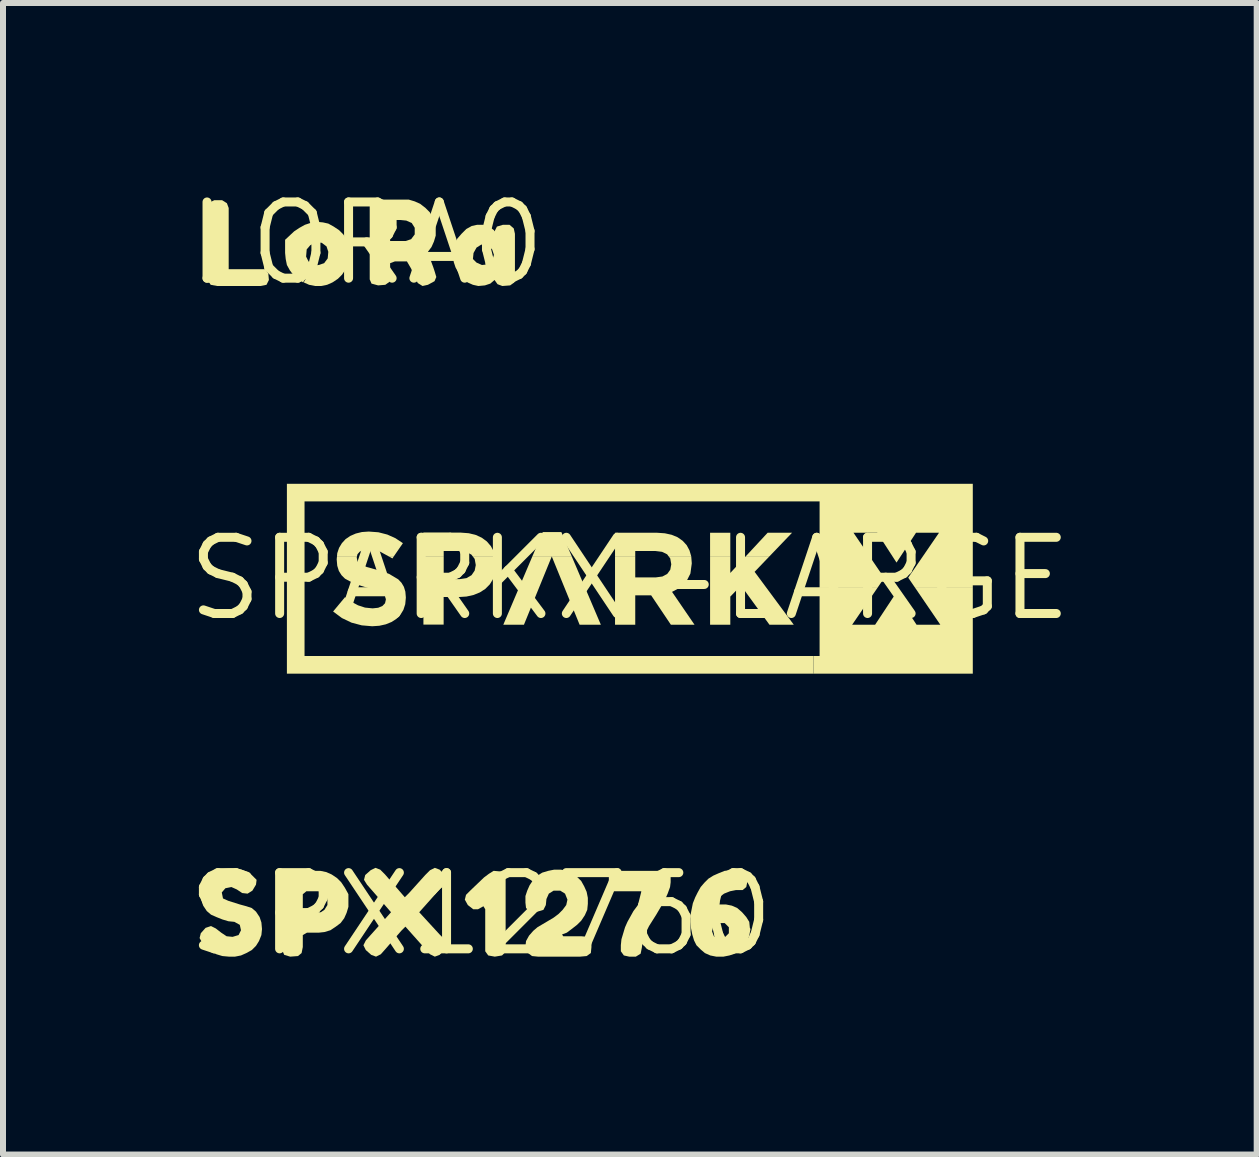
<source format=kicad_pcb>
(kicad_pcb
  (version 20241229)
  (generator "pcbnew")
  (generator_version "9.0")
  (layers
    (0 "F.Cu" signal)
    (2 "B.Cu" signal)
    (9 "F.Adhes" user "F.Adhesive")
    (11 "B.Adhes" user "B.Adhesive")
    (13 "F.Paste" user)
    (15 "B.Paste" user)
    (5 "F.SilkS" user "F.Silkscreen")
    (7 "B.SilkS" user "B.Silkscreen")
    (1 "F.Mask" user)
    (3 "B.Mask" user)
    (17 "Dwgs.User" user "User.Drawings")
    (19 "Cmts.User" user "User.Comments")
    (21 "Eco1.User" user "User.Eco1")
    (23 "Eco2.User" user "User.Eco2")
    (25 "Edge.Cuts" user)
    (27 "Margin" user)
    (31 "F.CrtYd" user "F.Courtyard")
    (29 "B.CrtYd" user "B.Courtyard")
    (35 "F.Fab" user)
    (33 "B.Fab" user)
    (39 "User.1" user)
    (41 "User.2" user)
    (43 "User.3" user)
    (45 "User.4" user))
  (footprint "LORA0"
    (layer "F.Cu")
    (at 3.061 1.006)
    (property "Reference" "LORA0" (at 0 0 0) (layer "F.SilkS") (effects (font (size 1.27 1.27) (thickness 0.15))))
    (attr through_hole)
    (fp_poly (pts (xy -2.3 0.43) (xy -2.3 -0.48) (xy -2.3 -0.59) (xy -2.33 -0.67) (xy -2.41 -0.72) (xy -2.54 -0.72) (xy -2.62 -0.68) (xy -2.65 -0.6) (xy -2.65 0.52) (xy -2.64 0.63) (xy -2.6 0.69) (xy -2.49 0.71) (xy -1.77 0.71) (xy -1.67 0.69) (xy -1.63 0.61) (xy -1.64 0.5) (xy -1.69 0.43) (xy -1.8 0.43)) (stroke (width 0) (type solid)) (fill yes) (layer "F.SilkS"))
    (fp_poly (pts (xy -1.36 -0.05) (xy -1.36 0.16) (xy -1.35 0.26) (xy -1.33 0.36) (xy -1.28 0.45) (xy -1.22 0.53) (xy -1.14 0.6) (xy -1.06 0.65) (xy -0.89 0.36) (xy -0.97 0.3) (xy -1.01 0.22) (xy -1 0.1) (xy -0.94 0.03) (xy -0.85 -0.02) (xy -0.75 -0.01) (xy -0.67 0.05) (xy -0.64 0.14) (xy -0.65 0.25) (xy -0.71 0.33) (xy -0.8 0.36) (xy -0.89 0.37) (xy -1.05 0.65) (xy -0.96 0.69) (xy -0.86 0.71) (xy -0.76 0.71) (xy -0.66 0.69) (xy -0.57 0.65) (xy -0.48 0.59) (xy -0.41 0.52) (xy -0.35 0.43) (xy -0.31 0.34) (xy -0.29 0.24) (xy -0.29 0.13) (xy -0.31 0.03) (xy -0.34 -0.07) (xy -0.39 -0.15) (xy -0.46 -0.22) (xy -0.55 -0.28) (xy -0.64 -0.33) (xy -0.73 -0.35) (xy -0.84 -0.36) (xy -0.94 -0.34) (xy -1.03 -0.31) (xy -1.12 -0.26) (xy -1.21 -0.2) (xy -1.36 -0.06)) (stroke (width 0) (type solid)) (fill yes) (layer "F.SilkS"))
    (fp_poly (pts (xy 2.12 -0.22) (xy 2.04 -0.28) (xy 1.94 -0.31) (xy 1.84 -0.31) (xy 1.75 -0.29) (xy 1.66 -0.24) (xy 1.58 -0.16) (xy 1.51 -0.08) (xy 1.47 0.01) (xy 1.44 0.11) (xy 1.44 0.21) (xy 1.45 0.31) (xy 1.48 0.4) (xy 1.53 0.49) (xy 1.6 0.57) (xy 1.68 0.65) (xy 1.77 0.69) (xy 1.86 0.71) (xy 1.97 0.7) (xy 2.06 0.67) (xy 2.13 0.61) (xy 2.18 0.68) (xy 2.26 0.71) (xy 2.39 0.7) (xy 2.46 0.65) (xy 2.47 0.56) (xy 2.47 -0.05) (xy 2.47 -0.16) (xy 2.45 -0.25) (xy 2.38 -0.31) (xy 2.27 -0.31) (xy 2.17 -0.28) (xy 2.13 -0.2) (xy 2.01 0.03) (xy 2.09 0.1) (xy 2.12 0.19) (xy 2.09 0.29) (xy 2.02 0.35) (xy 1.92 0.36) (xy 1.83 0.32) (xy 1.77 0.26) (xy 1.78 0.16) (xy 1.83 0.07) (xy 1.91 0.02) (xy 2.01 0.03) (xy 2.13 -0.2)) (stroke (width 0) (type solid)) (fill yes) (layer "F.SilkS"))
    (fp_poly (pts (xy 1.11 0.4) (xy 1.07 0.29) (xy 1.03 0.21) (xy 1.02 0.14) (xy 1.08 0.06) (xy 1.12 -0.03) (xy 1.15 -0.13) (xy 1.15 -0.24) (xy 1.14 -0.34) (xy 1.1 -0.43) (xy 1.05 -0.52) (xy 0.98 -0.59) (xy 0.75 -0.34) (xy 0.8 -0.26) (xy 0.8 -0.15) (xy 0.74 -0.07) (xy 0.65 -0.04) (xy 0.44 -0.04) (xy 0.39 -0.04) (xy 0.39 -0.35) (xy 0.45 -0.39) (xy 0.56 -0.39) (xy 0.66 -0.38) (xy 0.75 -0.34) (xy 0.98 -0.59) (xy 0.89 -0.66) (xy 0.8 -0.7) (xy 0.7 -0.73) (xy 0.61 -0.73) (xy 0.19 -0.73) (xy 0.09 -0.71) (xy 0.05 -0.63) (xy 0.05 -0.53) (xy 0.05 0.49) (xy 0.05 0.6) (xy 0.08 0.67) (xy 0.19 0.7) (xy 0.31 0.69) (xy 0.38 0.64) (xy 0.39 0.54) (xy 0.39 0.33) (xy 0.47 0.3) (xy 0.67 0.3) (xy 0.74 0.42) (xy 0.85 0.66) (xy 0.93 0.71) (xy 1.02 0.69) (xy 1.13 0.63) (xy 1.16 0.56) (xy 1.13 0.46)) (stroke (width 0) (type solid)) (fill yes) (layer "F.SilkS")))
  (footprint "SPARKX-LARGE"
    (layer "F.Cu")
    (at 7.446 6.594)
    (property "Reference" "SPARKX-LARGE" (at 0 0 0) (layer "F.SilkS") (effects (font (size 1.27 1.27) (thickness 0.15))))
    (attr through_hole)
    (fp_poly (pts (xy -3.931 -0.376) (xy -4.025 -0.376) (xy -3.957 -0.338)) (stroke (width 0) (type solid)) (fill yes) (layer "F.SilkS"))
    (fp_poly (pts (xy -0.97 -0.376) (xy -1.141 -0.777) (xy -1.452 -0.777) (xy -1.623 -0.376)) (stroke (width 0) (type solid)) (fill yes) (layer "F.SilkS"))
    (fp_poly (pts (xy 1.674 -0.376) (xy 1.674 -0.766) (xy 1.337 -0.766) (xy 1.337 -0.376)) (stroke (width 0) (type solid)) (fill yes) (layer "F.SilkS"))
    (fp_poly (pts (xy 2.329 -0.376) (xy 2.703 -0.766) (xy 2.296 -0.766) (xy 1.934 -0.376)) (stroke (width 0) (type solid)) (fill yes) (layer "F.SilkS"))
    (fp_poly (pts (xy -0.97 -0.376) (xy -1.623 -0.376) (xy -2.109 0.767) (xy -1.765 0.767) (xy -1.301 -0.371) (xy -0.837 0.767) (xy -0.483 0.767)) (stroke (width 0) (type solid)) (fill yes) (layer "F.SilkS"))
    (fp_poly (pts (xy 2.329 -0.376) (xy 1.934 -0.376) (xy 1.674 -0.096) (xy 1.674 -0.376) (xy 1.337 -0.376) (xy 1.337 0.767) (xy 1.674 0.767) (xy 1.674 0.298) (xy 1.852 0.114) (xy 2.327 0.767) (xy 2.732 0.767) (xy 2.079 -0.115)) (stroke (width 0) (type solid)) (fill yes) (layer "F.SilkS"))
    (fp_poly (pts (xy 5.715 0.154) (xy 4.756 0.154) (xy 5.174 0.767) (xy 5.172 0.767) (xy 4.778 0.767) (xy 4.434 0.241) (xy 4.087 0.767) (xy 3.704 0.767) (xy 4.125 0.154) (xy 3.162 0.154) (xy 3.162 1.288) (xy 3.059 1.288) (xy 3.059 1.582) (xy 3.162 1.582) (xy 5.715 1.582)) (stroke (width 0) (type solid)) (fill yes) (layer "F.SilkS"))
    (fp_poly (pts (xy -2.244 -0.376) (xy -2.267 -0.453) (xy -2.316 -0.543) (xy -2.383 -0.621) (xy -2.467 -0.683) (xy -2.567 -0.729) (xy -2.683 -0.758) (xy -2.814 -0.768) (xy -3.44 -0.768) (xy -3.44 -0.376) (xy -3.102 -0.376) (xy -3.102 -0.462) (xy -2.841 -0.462) (xy -2.728 -0.447) (xy -2.641 -0.402) (xy -2.621 -0.376)) (stroke (width 0) (type solid)) (fill yes) (layer "F.SilkS"))
    (fp_poly (pts (xy 1.022 -0.376) (xy 0.994 -0.472) (xy 0.947 -0.559) (xy 0.88 -0.632) (xy 0.796 -0.691) (xy 0.697 -0.732) (xy 0.583 -0.757) (xy 0.454 -0.766) (xy -0.247 -0.766) (xy -0.247 -0.376) (xy 0.09 -0.376) (xy 0.09 -0.462) (xy 0.425 -0.462) (xy 0.537 -0.448) (xy 0.621 -0.407) (xy 0.644 -0.376)) (stroke (width 0) (type solid)) (fill yes) (layer "F.SilkS"))
    (fp_poly (pts (xy -5.715 -1.582) (xy -5.715 1.582) (xy 3.059 1.582) (xy 3.059 1.288) (xy -5.421 1.288) (xy -5.421 -1.288) (xy 3.162 -1.288) (xy 3.162 0.154) (xy 4.125 0.154) (xy 4.239 -0.013) (xy 3.727 -0.766) (xy 4.122 -0.766) (xy 4.444 -0.269) (xy 4.769 -0.766) (xy 5.152 -0.766) (xy 4.639 -0.017) (xy 4.756 0.154) (xy 5.715 0.154) (xy 5.715 -1.582) (xy 3.162 -1.582)) (stroke (width 0) (type solid)) (fill yes) (layer "F.SilkS"))
    (fp_poly (pts (xy -4.351 -0.786) (xy -4.465 -0.778) (xy -4.567 -0.753) (xy -4.659 -0.713) (xy -4.737 -0.66) (xy -4.799 -0.592) (xy -4.846 -0.514) (xy -4.876 -0.425) (xy -4.88 -0.376) (xy -4.547 -0.376) (xy -4.539 -0.408) (xy -4.502 -0.45) (xy -4.441 -0.479) (xy -4.355 -0.489) (xy -4.257 -0.479) (xy -4.158 -0.449) (xy -4.025 -0.376) (xy -3.931 -0.376) (xy -3.782 -0.592) (xy -3.906 -0.675) (xy -4.042 -0.736) (xy -4.19 -0.774)) (stroke (width 0) (type solid)) (fill yes) (layer "F.SilkS"))
    (fp_poly (pts (xy 1.022 -0.376) (xy 0.644 -0.376) (xy 0.673 -0.338) (xy 0.69 -0.242) (xy 0.69 -0.239) (xy 0.674 -0.151) (xy 0.624 -0.081) (xy 0.543 -0.037) (xy 0.432 -0.022) (xy 0.09 -0.022) (xy 0.09 -0.376) (xy -0.247 -0.376) (xy -0.247 0.767) (xy 0.09 0.767) (xy 0.09 0.277) (xy 0.355 0.277) (xy 0.684 0.767) (xy 1.078 0.767) (xy 0.703 0.219) (xy 0.836 0.149) (xy 0.941 0.048) (xy 1.009 -0.086) (xy 1.032 -0.255) (xy 1.032 -0.259) (xy 1.023 -0.372)) (stroke (width 0) (type solid)) (fill yes) (layer "F.SilkS"))
    (fp_poly (pts (xy -2.244 -0.376) (xy -2.621 -0.376) (xy -2.586 -0.33) (xy -2.568 -0.23) (xy -2.568 -0.225) (xy -2.586 -0.135) (xy -2.638 -0.059) (xy -2.722 -0.01) (xy -2.835 0.007) (xy -3.102 0.007) (xy -3.102 -0.376) (xy -3.44 -0.376) (xy -3.44 0.765) (xy -3.103 0.765) (xy -3.103 0.305) (xy -2.847 0.305) (xy -2.722 0.297) (xy -2.605 0.271) (xy -2.499 0.228) (xy -2.408 0.169) (xy -2.333 0.093) (xy -2.276 0) (xy -2.24 -0.109) (xy -2.228 -0.234) (xy -2.227 -0.232) (xy -2.227 -0.237) (xy -2.237 -0.35)) (stroke (width 0) (type solid)) (fill yes) (layer "F.SilkS"))
    (fp_poly (pts (xy -4.547 -0.376) (xy -4.88 -0.376) (xy -4.885 -0.325) (xy -4.885 -0.32) (xy -4.876 -0.216) (xy -4.849 -0.129) (xy -4.805 -0.059) (xy -4.747 -0.001) (xy -4.587 0.086) (xy -4.375 0.15) (xy -4.219 0.195) (xy -4.124 0.239) (xy -4.078 0.286) (xy -4.066 0.344) (xy -4.066 0.349) (xy -4.08 0.409) (xy -4.124 0.455) (xy -4.194 0.484) (xy -4.287 0.494) (xy -4.414 0.481) (xy -4.53 0.443) (xy -4.639 0.384) (xy -4.746 0.307) (xy -4.945 0.546) (xy -4.799 0.655) (xy -4.638 0.732) (xy -4.468 0.777) (xy -4.294 0.792) (xy -4.175 0.784) (xy -4.067 0.76) (xy -3.971 0.721) (xy -3.89 0.669) (xy -3.824 0.601) (xy -3.774 0.52) (xy -3.743 0.425) (xy -3.733 0.318) (xy -3.733 0.313) (xy -3.733 0.309) (xy -3.741 0.215) (xy -3.765 0.136) (xy -3.805 0.068) (xy -3.86 0.01) (xy -4.013 -0.081) (xy -4.221 -0.15) (xy -4.385 -0.195) (xy -4.486 -0.237) (xy -4.538 -0.286) (xy -4.551 -0.351) (xy -4.551 -0.355)) (stroke (width 0) (type solid)) (fill yes) (layer "F.SilkS")))
  (footprint "SPX12760"
    (layer "F.Cu")
    (at 4.966 12.182)
    (property "Reference" "SPX12760" (at 0 0 0) (layer "F.SilkS") (effects (font (size 1.27 1.27) (thickness 0.15))))
    (attr through_hole)
    (fp_poly (pts (xy 0.13 -0.67) (xy 0.05 -0.61) (xy -0.17 -0.4) (xy -0.25 -0.32) (xy -0.27 -0.24) (xy -0.22 -0.15) (xy -0.13 -0.08) (xy -0.05 -0.08) (xy 0.04 -0.13) (xy 0.07 -0.08) (xy 0.07 0.52) (xy 0.07 0.62) (xy 0.12 0.69) (xy 0.23 0.71) (xy 0.35 0.69) (xy 0.41 0.63) (xy 0.41 0.54) (xy 0.41 -0.58) (xy 0.4 -0.67) (xy 0.32 -0.71) (xy 0.21 -0.72)) (stroke (width 0) (type solid)) (fill yes) (layer "F.SilkS"))
    (fp_poly (pts (xy -1.03 -0.03) (xy -0.62 -0.49) (xy -0.58 -0.58) (xy -0.6 -0.65) (xy -0.69 -0.74) (xy -0.77 -0.77) (xy -0.85 -0.73) (xy -0.93 -0.65) (xy -1.2 -0.35) (xy -1.27 -0.28) (xy -1.6 -0.66) (xy -1.68 -0.74) (xy -1.76 -0.77) (xy -1.84 -0.73) (xy -1.93 -0.65) (xy -1.95 -0.57) (xy -1.9 -0.49) (xy -1.56 -0.1) (xy -1.5 -0.03) (xy -1.84 0.35) (xy -1.92 0.44) (xy -1.96 0.52) (xy -1.92 0.6) (xy -1.83 0.68) (xy -1.75 0.71) (xy -1.67 0.67) (xy -1.59 0.58) (xy -1.33 0.28) (xy -1.26 0.21) (xy -0.85 0.67) (xy -0.77 0.71) (xy -0.69 0.68) (xy -0.6 0.59) (xy -0.57 0.51) (xy -0.61 0.42) (xy -0.69 0.34)) (stroke (width 0) (type solid)) (fill yes) (layer "F.SilkS"))
    (fp_poly (pts (xy 2.99 -0.72) (xy 2.29 -0.72) (xy 2.19 -0.7) (xy 2.13 -0.63) (xy 2.13 -0.52) (xy 2.15 -0.42) (xy 2.22 -0.38) (xy 2.33 -0.38) (xy 2.74 -0.38) (xy 2.71 -0.3) (xy 2.66 -0.22) (xy 2.6 -0.13) (xy 2.54 -0.05) (xy 2.49 0.04) (xy 2.44 0.13) (xy 2.4 0.22) (xy 2.37 0.32) (xy 2.34 0.42) (xy 2.33 0.52) (xy 2.33 0.62) (xy 2.38 0.69) (xy 2.47 0.71) (xy 2.58 0.71) (xy 2.66 0.66) (xy 2.68 0.56) (xy 2.69 0.48) (xy 2.71 0.4) (xy 2.75 0.3) (xy 2.8 0.2) (xy 2.92 0.01) (xy 3.02 -0.16) (xy 3.07 -0.25) (xy 3.11 -0.34) (xy 3.15 -0.45) (xy 3.16 -0.53) (xy 3.16 -0.64) (xy 3.1 -0.7)) (stroke (width 0) (type solid)) (fill yes) (layer "F.SilkS"))
    (fp_poly (pts (xy -2.22 -0.35) (xy -2.27 -0.44) (xy -2.33 -0.53) (xy -2.4 -0.6) (xy -2.49 -0.66) (xy -2.58 -0.7) (xy -2.68 -0.72) (xy -2.77 -0.72) (xy -3.08 -0.72) (xy -3.19 -0.72) (xy -3.28 -0.69) (xy -3.32 -0.61) (xy -3.32 0.51) (xy -3.31 0.61) (xy -3.28 0.68) (xy -3.18 0.71) (xy -3.05 0.7) (xy -2.99 0.65) (xy -2.97 0.55) (xy -2.97 0.35) (xy -2.9 0.31) (xy -2.7 0.31) (xy -2.61 0.3) (xy -2.51 0.27) (xy -2.67 -0.03) (xy -2.97 -0.03) (xy -2.97 -0.33) (xy -2.91 -0.38) (xy -2.71 -0.38) (xy -2.62 -0.34) (xy -2.56 -0.26) (xy -2.56 -0.15) (xy -2.61 -0.07) (xy -2.67 -0.03) (xy -2.51 0.27) (xy -2.42 0.21) (xy -2.34 0.15) (xy -2.28 0.07) (xy -2.24 -0.02) (xy -2.21 -0.12) (xy -2.21 -0.22) (xy -2.21 -0.33)) (stroke (width 0) (type solid)) (fill yes) (layer "F.SilkS"))
    (fp_poly (pts (xy 1.67 0.37) (xy 1.37 0.37) (xy 1.35 0.34) (xy 1.43 0.31) (xy 1.51 0.25) (xy 1.6 0.18) (xy 1.67 0.11) (xy 1.73 0.02) (xy 1.77 -0.07) (xy 1.78 -0.17) (xy 1.78 -0.27) (xy 1.76 -0.37) (xy 1.72 -0.46) (xy 1.67 -0.55) (xy 1.6 -0.62) (xy 1.52 -0.68) (xy 1.43 -0.72) (xy 1.33 -0.74) (xy 1.22 -0.74) (xy 1.12 -0.72) (xy 1.02 -0.69) (xy 0.94 -0.64) (xy 0.87 -0.57) (xy 0.81 -0.48) (xy 0.77 -0.39) (xy 0.74 -0.3) (xy 0.74 -0.19) (xy 0.75 -0.1) (xy 0.81 -0.05) (xy 0.94 -0.04) (xy 1.04 -0.07) (xy 1.08 -0.15) (xy 1.09 -0.25) (xy 1.13 -0.34) (xy 1.21 -0.39) (xy 1.32 -0.39) (xy 1.4 -0.34) (xy 1.44 -0.24) (xy 1.42 -0.15) (xy 1.36 -0.07) (xy 1.29 0) (xy 1.21 0.06) (xy 0.94 0.22) (xy 0.87 0.28) (xy 0.8 0.36) (xy 0.75 0.45) (xy 0.74 0.54) (xy 0.77 0.64) (xy 0.85 0.7) (xy 0.95 0.71) (xy 1.65 0.71) (xy 1.76 0.7) (xy 1.83 0.65) (xy 1.84 0.55) (xy 1.84 0.45) (xy 1.78 0.38)) (stroke (width 0) (type solid)) (fill yes) (layer "F.SilkS"))
    (fp_poly (pts (xy 4.48 0.23) (xy 4.47 0.13) (xy 4.42 0.05) (xy 4.35 -0.03) (xy 4.27 -0.1) (xy 4.18 -0.14) (xy 4.08 -0.16) (xy 3.98 -0.16) (xy 3.88 -0.14) (xy 3.95 0.15) (xy 4.06 0.15) (xy 4.13 0.22) (xy 4.13 0.32) (xy 4.07 0.38) (xy 3.99 0.4) (xy 3.88 0.37) (xy 3.85 0.29) (xy 3.87 0.2) (xy 3.95 0.15) (xy 3.88 -0.14) (xy 3.9 -0.2) (xy 3.97 -0.28) (xy 4.05 -0.34) (xy 4.15 -0.38) (xy 4.25 -0.4) (xy 4.36 -0.4) (xy 4.42 -0.45) (xy 4.44 -0.55) (xy 4.44 -0.66) (xy 4.38 -0.73) (xy 4.27 -0.74) (xy 4.16 -0.73) (xy 4.06 -0.72) (xy 3.96 -0.68) (xy 3.87 -0.64) (xy 3.79 -0.59) (xy 3.72 -0.52) (xy 3.66 -0.45) (xy 3.61 -0.36) (xy 3.57 -0.28) (xy 3.53 -0.18) (xy 3.51 -0.08) (xy 3.49 0.02) (xy 3.49 0.13) (xy 3.5 0.24) (xy 3.52 0.34) (xy 3.55 0.44) (xy 3.59 0.52) (xy 3.66 0.59) (xy 3.73 0.65) (xy 3.82 0.69) (xy 3.92 0.71) (xy 4.04 0.71) (xy 4.14 0.69) (xy 4.23 0.66) (xy 4.31 0.61) (xy 4.39 0.53) (xy 4.44 0.45) (xy 4.47 0.36) (xy 4.49 0.25)) (stroke (width 0) (type solid)) (fill yes) (layer "F.SilkS"))
    (fp_poly (pts (xy -4.64 0.49) (xy -4.58 0.55) (xy -4.49 0.62) (xy -4.41 0.67) (xy -4.31 0.7) (xy -4.2 0.71) (xy -4.1 0.71) (xy -4 0.69) (xy -3.91 0.65) (xy -3.82 0.6) (xy -3.75 0.53) (xy -3.7 0.45) (xy -3.66 0.35) (xy -3.65 0.25) (xy -3.66 0.14) (xy -3.69 0.05) (xy -3.75 -0.04) (xy -3.82 -0.1) (xy -3.91 -0.13) (xy -4.02 -0.16) (xy -4.21 -0.22) (xy -4.3 -0.26) (xy -4.32 -0.36) (xy -4.26 -0.43) (xy -4.16 -0.45) (xy -4.07 -0.41) (xy -3.98 -0.35) (xy -3.89 -0.34) (xy -3.81 -0.39) (xy -3.75 -0.49) (xy -3.74 -0.57) (xy -3.82 -0.65) (xy -3.89 -0.7) (xy -3.99 -0.74) (xy -4.09 -0.76) (xy -4.2 -0.76) (xy -4.31 -0.75) (xy -4.41 -0.72) (xy -4.49 -0.68) (xy -4.56 -0.61) (xy -4.62 -0.53) (xy -4.66 -0.44) (xy -4.67 -0.34) (xy -4.66 -0.23) (xy -4.63 -0.14) (xy -4.57 -0.05) (xy -4.5 0.01) (xy -4.41 0.05) (xy -4.31 0.09) (xy -4.21 0.12) (xy -4.11 0.13) (xy -4.02 0.18) (xy -4 0.27) (xy -4.04 0.35) (xy -4.14 0.38) (xy -4.24 0.37) (xy -4.33 0.31) (xy -4.42 0.24) (xy -4.5 0.2) (xy -4.59 0.23) (xy -4.67 0.32) (xy -4.69 0.4)) (stroke (width 0) (type solid)) (fill yes) (layer "F.SilkS")))
  (gr_rect
    (start -3 -3)
    (end 17.892 16.189)
    (stroke (width 0.1) (type default))
    (fill no)
    (layer "Edge.Cuts")))
</source>
